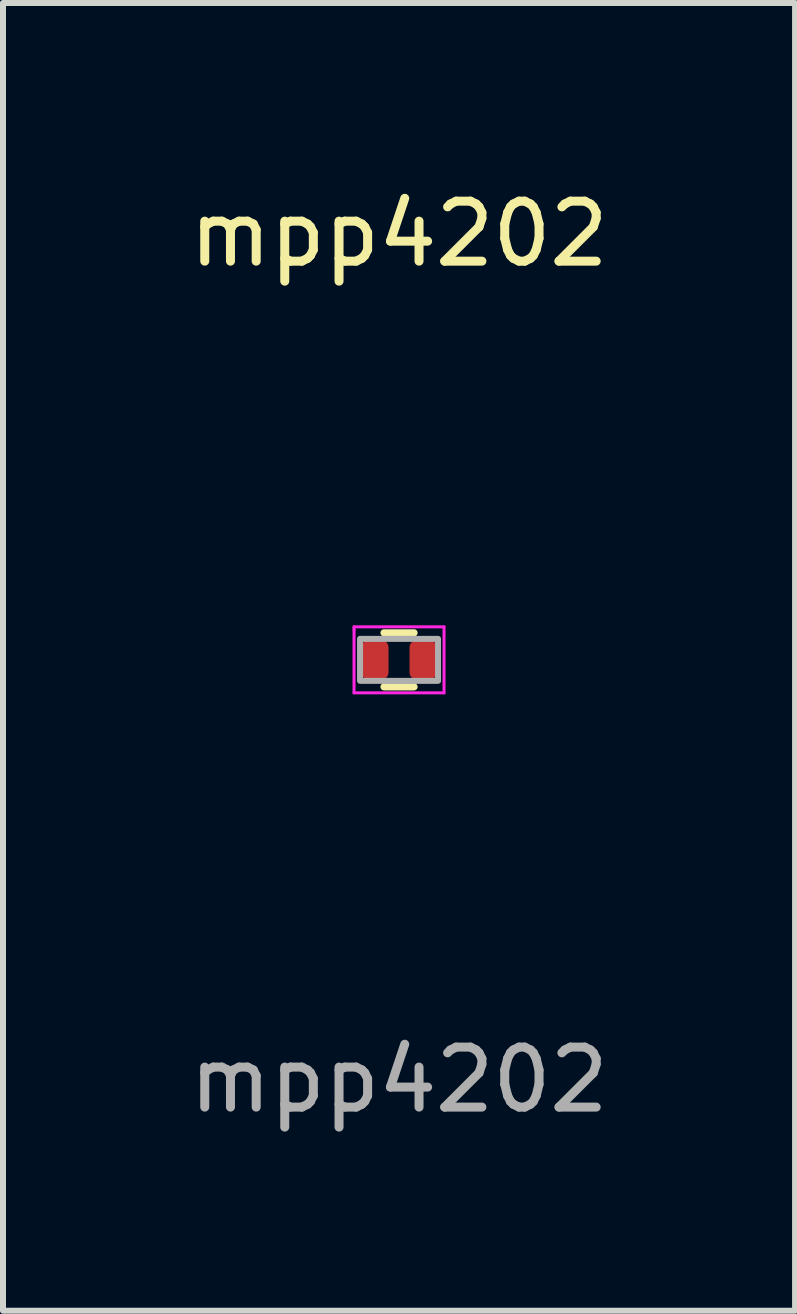
<source format=kicad_pcb>
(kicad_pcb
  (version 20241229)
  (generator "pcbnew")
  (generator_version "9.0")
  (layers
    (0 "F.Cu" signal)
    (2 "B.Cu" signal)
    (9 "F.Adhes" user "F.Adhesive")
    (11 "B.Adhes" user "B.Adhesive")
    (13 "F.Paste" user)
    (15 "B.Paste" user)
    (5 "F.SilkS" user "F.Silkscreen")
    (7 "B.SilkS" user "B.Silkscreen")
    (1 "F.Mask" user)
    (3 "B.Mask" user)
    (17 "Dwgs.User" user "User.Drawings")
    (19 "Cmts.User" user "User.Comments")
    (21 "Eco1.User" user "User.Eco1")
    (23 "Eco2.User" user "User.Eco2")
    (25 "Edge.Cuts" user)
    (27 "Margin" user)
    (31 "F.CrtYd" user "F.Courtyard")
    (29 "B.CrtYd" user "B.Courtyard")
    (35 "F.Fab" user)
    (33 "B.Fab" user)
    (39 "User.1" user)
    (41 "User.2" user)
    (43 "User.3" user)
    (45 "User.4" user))
  (footprint "mpp4202"
    (layer "F.Cu")
    (at 3.601 7.948)
    (property "Reference" "mpp4202" (at 0 -7.1 0) (unlocked yes) (layer "F.SilkS") (effects (font (size 1 1) (thickness 0.15))))
    (attr smd)
    (fp_line (start -0.25 -0.45) (end 0.25 -0.45) (stroke (width 0.12) (type solid)) (layer "F.SilkS"))
    (fp_line (start -0.25 0.45) (end 0.25 0.45) (stroke (width 0.12) (type solid)) (layer "F.SilkS"))
    (fp_line (start -0.75 -0.55) (end -0.75 -0.5) (stroke (width 0.05) (type solid)) (layer "F.CrtYd"))
    (fp_line (start -0.75 -0.5) (end -0.75 0.55) (stroke (width 0.05) (type solid)) (layer "F.CrtYd"))
    (fp_line (start -0.75 0.55) (end 0.75 0.55) (stroke (width 0.05) (type solid)) (layer "F.CrtYd"))
    (fp_line (start 0.75 -0.55) (end -0.75 -0.55) (stroke (width 0.05) (type solid)) (layer "F.CrtYd"))
    (fp_line (start 0.75 0.55) (end 0.75 -0.55) (stroke (width 0.05) (type solid)) (layer "F.CrtYd"))
    (fp_rect (start -0.65 -0.35) (end 0.65 0.35) (stroke (width 0.1) (type solid)) (fill no) (layer "F.Fab"))
    (fp_text user "${REFERENCE}" (at 0 7 0) (unlocked yes) (layer "F.Fab") (effects (font (size 1 1) (thickness 0.15))))
    (pad "1" smd roundrect (at -0.4 0) (size 0.45 0.65) (layers "F.Cu" "F.Mask" "F.Paste") (roundrect_rratio 0.25))
    (pad "2" smd roundrect (at 0.4 0) (size 0.45 0.65) (layers "F.Cu" "F.Mask" "F.Paste") (roundrect_rratio 0.25)))
  (gr_rect
    (start -3 -3)
    (end 10.202 18.797)
    (stroke (width 0.1) (type default))
    (fill no)
    (layer "Edge.Cuts")))
</source>
